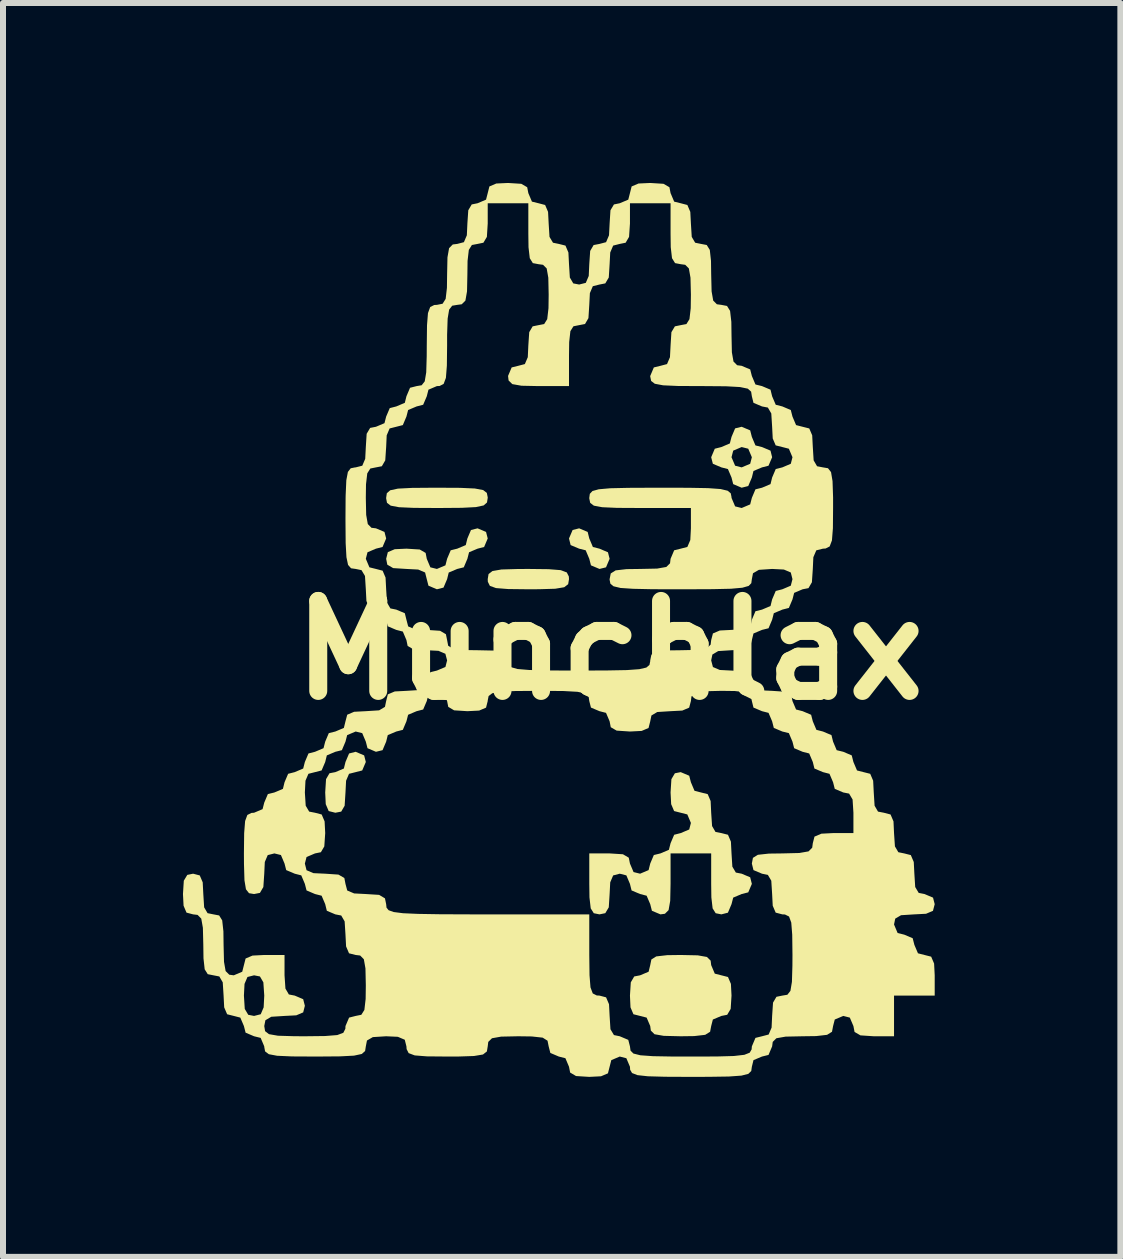
<source format=kicad_pcb>
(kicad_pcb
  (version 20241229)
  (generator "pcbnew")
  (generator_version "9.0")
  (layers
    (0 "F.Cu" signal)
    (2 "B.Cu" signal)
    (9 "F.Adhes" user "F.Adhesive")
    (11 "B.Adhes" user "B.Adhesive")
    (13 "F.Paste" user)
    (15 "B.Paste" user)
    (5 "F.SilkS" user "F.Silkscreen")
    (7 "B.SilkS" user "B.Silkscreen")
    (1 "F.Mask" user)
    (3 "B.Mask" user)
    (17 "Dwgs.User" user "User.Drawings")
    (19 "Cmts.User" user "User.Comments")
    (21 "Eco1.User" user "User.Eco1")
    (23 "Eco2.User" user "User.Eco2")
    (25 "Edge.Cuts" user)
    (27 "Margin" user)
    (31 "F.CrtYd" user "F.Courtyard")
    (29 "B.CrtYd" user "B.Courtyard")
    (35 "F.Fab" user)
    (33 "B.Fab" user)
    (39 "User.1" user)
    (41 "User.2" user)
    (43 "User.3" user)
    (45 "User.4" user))
  (footprint "Munchlax"
    (layer "F.Cu")
    (at 7.112 7.789)
    (property "Reference" "Munchlax" (at 0 0 0) (layer "F.SilkS") (effects (font (size 1.5 1.5) (thickness 0.3))))
    (attr board_only exclude_from_pos_files exclude_from_bom)
    (fp_poly (pts (xy -0.366 -1.972) (xy -0.339 -1.863) (xy -0.279 -1.721) (xy -0.169 -1.693) (xy -0.028 -1.633) (xy 0 -1.524) (xy -0.06 -1.382) (xy -0.169 -1.355) (xy -0.311 -1.415) (xy -0.339 -1.524) (xy -0.399 -1.666) (xy -0.508 -1.693) (xy -0.65 -1.753) (xy -0.677 -1.863) (xy -0.617 -2.004) (xy -0.508 -2.032)) (stroke (width 0) (type solid)) (fill yes) (layer "F.SilkS"))
    (fp_poly (pts (xy -4.092 1.753) (xy -4.064 1.863) (xy -4.124 2.004) (xy -4.233 2.032) (xy -4.344 2.06) (xy -4.393 2.175) (xy -4.403 2.371) (xy -4.417 2.592) (xy -4.474 2.69) (xy -4.572 2.709) (xy -4.683 2.681) (xy -4.732 2.566) (xy -4.741 2.371) (xy -4.727 2.149) (xy -4.67 2.051) (xy -4.572 2.032) (xy -4.43 1.972) (xy -4.403 1.863) (xy -4.343 1.721) (xy -4.233 1.693)) (stroke (width 0) (type solid)) (fill yes) (layer "F.SilkS"))
    (fp_poly (pts (xy -1.017 -1.351) (xy -0.815 -1.335) (xy -0.714 -1.297) (xy -0.68 -1.23) (xy -0.677 -1.185) (xy -0.691 -1.101) (xy -0.757 -1.05) (xy -0.907 -1.025) (xy -1.176 -1.017) (xy -1.355 -1.016) (xy -1.692 -1.02) (xy -1.894 -1.036) (xy -1.996 -1.073) (xy -2.03 -1.141) (xy -2.032 -1.185) (xy -2.018 -1.27) (xy -1.953 -1.32) (xy -1.803 -1.346) (xy -1.533 -1.354) (xy -1.355 -1.355)) (stroke (width 0) (type solid)) (fill yes) (layer "F.SilkS"))
    (fp_poly (pts (xy -2.493 -2.707) (xy -2.247 -2.696) (xy -2.108 -2.67) (xy -2.047 -2.623) (xy -2.032 -2.549) (xy -2.032 -2.54) (xy -2.044 -2.463) (xy -2.099 -2.414) (xy -2.229 -2.386) (xy -2.463 -2.374) (xy -2.833 -2.371) (xy -2.879 -2.371) (xy -3.264 -2.373) (xy -3.511 -2.384) (xy -3.649 -2.41) (xy -3.711 -2.457) (xy -3.725 -2.531) (xy -3.725 -2.54) (xy -3.714 -2.617) (xy -3.658 -2.666) (xy -3.529 -2.694) (xy -3.294 -2.706) (xy -2.924 -2.709) (xy -2.879 -2.709)) (stroke (width 0) (type solid)) (fill yes) (layer "F.SilkS"))
    (fp_poly (pts (xy 2.343 -3.665) (xy 2.371 -3.556) (xy 2.431 -3.414) (xy 2.54 -3.387) (xy 2.682 -3.327) (xy 2.709 -3.217) (xy 2.649 -3.076) (xy 2.54 -3.048) (xy 2.398 -2.988) (xy 2.371 -2.879) (xy 2.311 -2.737) (xy 2.201 -2.709) (xy 2.06 -2.769) (xy 2.032 -2.879) (xy 1.972 -3.02) (xy 1.863 -3.048) (xy 1.721 -3.108) (xy 1.693 -3.217) (xy 2.032 -3.217) (xy 2.092 -3.076) (xy 2.201 -3.048) (xy 2.343 -3.108) (xy 2.371 -3.217) (xy 2.311 -3.359) (xy 2.201 -3.387) (xy 2.06 -3.327) (xy 2.032 -3.217) (xy 1.693 -3.217) (xy 1.753 -3.359) (xy 1.863 -3.387) (xy 2.004 -3.447) (xy 2.032 -3.556) (xy 2.092 -3.698) (xy 2.201 -3.725)) (stroke (width 0) (type solid)) (fill yes) (layer "F.SilkS"))
    (fp_poly (pts (xy -2.06 -1.972) (xy -2.032 -1.863) (xy -2.092 -1.721) (xy -2.201 -1.693) (xy -2.343 -1.633) (xy -2.371 -1.524) (xy -2.431 -1.382) (xy -2.54 -1.355) (xy -2.682 -1.295) (xy -2.709 -1.185) (xy -2.769 -1.044) (xy -2.879 -1.016) (xy -3.02 -1.076) (xy -3.048 -1.185) (xy -3.076 -1.296) (xy -3.191 -1.345) (xy -3.387 -1.355) (xy -3.608 -1.369) (xy -3.706 -1.426) (xy -3.725 -1.524) (xy -3.697 -1.635) (xy -3.582 -1.684) (xy -3.387 -1.693) (xy -3.165 -1.679) (xy -3.067 -1.622) (xy -3.048 -1.524) (xy -2.988 -1.382) (xy -2.879 -1.355) (xy -2.737 -1.415) (xy -2.709 -1.524) (xy -2.649 -1.666) (xy -2.54 -1.693) (xy -2.398 -1.753) (xy -2.371 -1.863) (xy -2.311 -2.004) (xy -2.201 -2.032)) (stroke (width 0) (type solid)) (fill yes) (layer "F.SilkS"))
    (fp_poly (pts (xy 1.469 5.086) (xy 1.622 5.113) (xy 1.684 5.174) (xy 1.693 5.249) (xy 1.753 5.391) (xy 1.863 5.419) (xy 1.973 5.447) (xy 2.022 5.562) (xy 2.032 5.757) (xy 2.018 5.979) (xy 1.96 6.077) (xy 1.863 6.096) (xy 1.721 6.156) (xy 1.693 6.265) (xy 1.675 6.36) (xy 1.593 6.411) (xy 1.41 6.432) (xy 1.185 6.435) (xy 0.902 6.428) (xy 0.748 6.401) (xy 0.687 6.34) (xy 0.677 6.265) (xy 0.617 6.124) (xy 0.508 6.096) (xy 0.397 6.068) (xy 0.348 5.953) (xy 0.339 5.757) (xy 0.353 5.536) (xy 0.41 5.438) (xy 0.508 5.419) (xy 0.65 5.359) (xy 0.677 5.249) (xy 0.696 5.155) (xy 0.777 5.104) (xy 0.96 5.083) (xy 1.185 5.08)) (stroke (width 0) (type solid)) (fill yes) (layer "F.SilkS"))
    (fp_poly (pts (xy 1.327 2.092) (xy 1.355 2.201) (xy 1.415 2.343) (xy 1.524 2.371) (xy 1.635 2.399) (xy 1.684 2.514) (xy 1.693 2.709) (xy 1.708 2.931) (xy 1.765 3.029) (xy 1.863 3.048) (xy 1.973 3.076) (xy 2.022 3.191) (xy 2.032 3.387) (xy 2.046 3.608) (xy 2.104 3.706) (xy 2.201 3.725) (xy 2.343 3.785) (xy 2.371 3.895) (xy 2.311 4.036) (xy 2.201 4.064) (xy 2.06 4.124) (xy 2.032 4.233) (xy 1.972 4.375) (xy 1.863 4.403) (xy 1.768 4.384) (xy 1.717 4.303) (xy 1.696 4.12) (xy 1.693 3.895) (xy 1.693 3.387) (xy 1.355 3.387) (xy 1.016 3.387) (xy 1.016 3.895) (xy 1.01 4.178) (xy 0.983 4.332) (xy 0.922 4.393) (xy 0.847 4.403) (xy 0.705 4.343) (xy 0.677 4.233) (xy 0.617 4.092) (xy 0.508 4.064) (xy 0.366 4.004) (xy 0.339 3.895) (xy 0.279 3.753) (xy 0.169 3.725) (xy 0.059 3.754) (xy 0.01 3.869) (xy 0 4.064) (xy -0.014 4.286) (xy -0.072 4.383) (xy -0.169 4.403) (xy -0.264 4.384) (xy -0.315 4.303) (xy -0.336 4.12) (xy -0.339 3.895) (xy -0.339 3.387) (xy 0 3.387) (xy 0.222 3.401) (xy 0.319 3.458) (xy 0.339 3.556) (xy 0.399 3.698) (xy 0.508 3.725) (xy 0.65 3.665) (xy 0.677 3.556) (xy 0.737 3.414) (xy 0.847 3.387) (xy 0.988 3.327) (xy 1.016 3.217) (xy 1.076 3.076) (xy 1.185 3.048) (xy 1.327 2.988) (xy 1.355 2.879) (xy 1.295 2.737) (xy 1.185 2.709) (xy 1.075 2.681) (xy 1.026 2.566) (xy 1.016 2.371) (xy 1.03 2.149) (xy 1.088 2.051) (xy 1.185 2.032)) (stroke (width 0) (type solid)) (fill yes) (layer "F.SilkS"))
    (fp_poly (pts (xy 0.899 -7.775) (xy 0.997 -7.718) (xy 1.016 -7.62) (xy 1.076 -7.478) (xy 1.185 -7.451) (xy 1.296 -7.422) (xy 1.345 -7.307) (xy 1.355 -7.112) (xy 1.369 -6.89) (xy 1.426 -6.793) (xy 1.524 -6.773) (xy 1.619 -6.755) (xy 1.67 -6.673) (xy 1.69 -6.49) (xy 1.693 -6.265) (xy 1.7 -5.982) (xy 1.727 -5.828) (xy 1.788 -5.767) (xy 1.863 -5.757) (xy 1.957 -5.739) (xy 2.008 -5.657) (xy 2.029 -5.474) (xy 2.032 -5.249) (xy 2.038 -4.966) (xy 2.065 -4.812) (xy 2.126 -4.751) (xy 2.201 -4.741) (xy 2.343 -4.681) (xy 2.371 -4.572) (xy 2.431 -4.43) (xy 2.54 -4.403) (xy 2.682 -4.343) (xy 2.709 -4.233) (xy 2.769 -4.092) (xy 2.879 -4.064) (xy 3.02 -4.004) (xy 3.048 -3.895) (xy 3.108 -3.753) (xy 3.217 -3.725) (xy 3.328 -3.697) (xy 3.377 -3.582) (xy 3.387 -3.387) (xy 3.401 -3.165) (xy 3.458 -3.067) (xy 3.556 -3.048) (xy 3.64 -3.034) (xy 3.691 -2.969) (xy 3.716 -2.819) (xy 3.725 -2.549) (xy 3.725 -2.371) (xy 3.722 -2.033) (xy 3.706 -1.831) (xy 3.668 -1.73) (xy 3.601 -1.696) (xy 3.556 -1.693) (xy 3.445 -1.665) (xy 3.396 -1.55) (xy 3.387 -1.355) (xy 3.372 -1.133) (xy 3.315 -1.035) (xy 3.217 -1.016) (xy 3.076 -0.956) (xy 3.048 -0.847) (xy 2.988 -0.705) (xy 2.879 -0.677) (xy 2.737 -0.617) (xy 2.709 -0.508) (xy 2.649 -0.366) (xy 2.54 -0.339) (xy 2.398 -0.279) (xy 2.371 -0.169) (xy 2.342 -0.059) (xy 2.227 -0.01) (xy 2.032 0) (xy 1.81 0.014) (xy 1.713 0.072) (xy 1.693 0.169) (xy 1.722 0.28) (xy 1.837 0.329) (xy 2.032 0.339) (xy 2.254 0.353) (xy 2.351 0.41) (xy 2.371 0.508) (xy 2.399 0.619) (xy 2.514 0.668) (xy 2.709 0.677) (xy 2.931 0.692) (xy 3.029 0.749) (xy 3.048 0.847) (xy 3.108 0.988) (xy 3.217 1.016) (xy 3.359 1.076) (xy 3.387 1.185) (xy 3.447 1.327) (xy 3.556 1.355) (xy 3.698 1.415) (xy 3.725 1.524) (xy 3.785 1.666) (xy 3.895 1.693) (xy 4.036 1.753) (xy 4.064 1.863) (xy 4.124 2.004) (xy 4.233 2.032) (xy 4.344 2.06) (xy 4.393 2.175) (xy 4.403 2.371) (xy 4.417 2.592) (xy 4.474 2.69) (xy 4.572 2.709) (xy 4.683 2.738) (xy 4.732 2.853) (xy 4.741 3.048) (xy 4.756 3.27) (xy 4.813 3.367) (xy 4.911 3.387) (xy 5.021 3.415) (xy 5.07 3.53) (xy 5.08 3.725) (xy 5.094 3.947) (xy 5.152 4.045) (xy 5.249 4.064) (xy 5.391 4.124) (xy 5.419 4.233) (xy 5.39 4.344) (xy 5.275 4.393) (xy 5.08 4.403) (xy 4.858 4.417) (xy 4.761 4.474) (xy 4.741 4.572) (xy 4.801 4.714) (xy 4.911 4.741) (xy 5.052 4.801) (xy 5.08 4.911) (xy 5.14 5.052) (xy 5.249 5.08) (xy 5.36 5.108) (xy 5.409 5.223) (xy 5.419 5.419) (xy 5.419 5.757) (xy 5.08 5.757) (xy 4.741 5.757) (xy 4.741 6.096) (xy 4.741 6.435) (xy 4.403 6.435) (xy 4.181 6.42) (xy 4.083 6.363) (xy 4.064 6.265) (xy 4.004 6.124) (xy 3.895 6.096) (xy 3.753 6.156) (xy 3.725 6.265) (xy 3.707 6.36) (xy 3.625 6.411) (xy 3.442 6.432) (xy 3.217 6.435) (xy 2.934 6.441) (xy 2.78 6.468) (xy 2.719 6.529) (xy 2.709 6.604) (xy 2.649 6.746) (xy 2.54 6.773) (xy 2.398 6.833) (xy 2.371 6.943) (xy 2.361 7.014) (xy 2.312 7.062) (xy 2.197 7.091) (xy 1.987 7.106) (xy 1.654 7.111) (xy 1.355 7.112) (xy 0.926 7.11) (xy 0.638 7.102) (xy 0.464 7.083) (xy 0.374 7.048) (xy 0.342 6.993) (xy 0.339 6.943) (xy 0.279 6.801) (xy 0.169 6.773) (xy 0.028 6.833) (xy 0 6.943) (xy -0.028 7.053) (xy -0.143 7.102) (xy -0.339 7.112) (xy -0.56 7.098) (xy -0.658 7.04) (xy -0.677 6.943) (xy -0.737 6.801) (xy -0.847 6.773) (xy -0.988 6.713) (xy -1.016 6.604) (xy -1.035 6.509) (xy -1.116 6.458) (xy -1.299 6.438) (xy -1.524 6.435) (xy -1.808 6.441) (xy -1.961 6.468) (xy -2.023 6.529) (xy -2.032 6.604) (xy -2.046 6.688) (xy -2.111 6.739) (xy -2.261 6.764) (xy -2.531 6.773) (xy -2.709 6.773) (xy -3.047 6.77) (xy -3.249 6.754) (xy -3.35 6.716) (xy -3.384 6.649) (xy -3.387 6.604) (xy -3.415 6.493) (xy -3.53 6.444) (xy -3.725 6.435) (xy -3.947 6.449) (xy -4.045 6.506) (xy -4.064 6.604) (xy -4.076 6.681) (xy -4.131 6.73) (xy -4.261 6.758) (xy -4.495 6.77) (xy -4.865 6.773) (xy -4.911 6.773) (xy -5.296 6.771) (xy -5.543 6.76) (xy -5.681 6.734) (xy -5.743 6.687) (xy -5.757 6.613) (xy -5.757 6.604) (xy -5.817 6.462) (xy -5.927 6.435) (xy -6.068 6.375) (xy -6.096 6.265) (xy -6.156 6.124) (xy -6.265 6.096) (xy -6.376 6.068) (xy -6.425 5.953) (xy -6.435 5.757) (xy -6.096 5.757) (xy -6.082 5.979) (xy -6.024 6.077) (xy -5.927 6.096) (xy -5.816 6.068) (xy -5.767 5.953) (xy -5.757 5.757) (xy -5.772 5.536) (xy -5.829 5.438) (xy -5.927 5.419) (xy -6.037 5.447) (xy -6.086 5.562) (xy -6.096 5.757) (xy -6.435 5.757) (xy -6.449 5.536) (xy -6.506 5.438) (xy -6.604 5.419) (xy -6.699 5.4) (xy -6.75 5.319) (xy -6.77 5.136) (xy -6.773 4.911) (xy -6.78 4.627) (xy -6.807 4.474) (xy -6.868 4.412) (xy -6.943 4.403) (xy -7.053 4.374) (xy -7.102 4.259) (xy -7.112 4.064) (xy -7.098 3.842) (xy -7.04 3.745) (xy -6.943 3.725) (xy -6.832 3.754) (xy -6.783 3.869) (xy -6.773 4.064) (xy -6.759 4.286) (xy -6.702 4.383) (xy -6.604 4.403) (xy -6.509 4.421) (xy -6.458 4.503) (xy -6.438 4.686) (xy -6.435 4.911) (xy -6.428 5.194) (xy -6.401 5.348) (xy -6.34 5.409) (xy -6.265 5.419) (xy -6.124 5.359) (xy -6.096 5.249) (xy -6.068 5.139) (xy -5.953 5.09) (xy -5.757 5.08) (xy -5.419 5.08) (xy -5.419 5.419) (xy -5.404 5.64) (xy -5.347 5.738) (xy -5.249 5.757) (xy -5.108 5.817) (xy -5.08 5.927) (xy -5.108 6.037) (xy -5.223 6.086) (xy -5.419 6.096) (xy -5.64 6.11) (xy -5.738 6.168) (xy -5.757 6.265) (xy -5.743 6.35) (xy -5.678 6.4) (xy -5.528 6.426) (xy -5.259 6.434) (xy -5.08 6.435) (xy -4.743 6.431) (xy -4.54 6.415) (xy -4.439 6.377) (xy -4.405 6.31) (xy -4.403 6.265) (xy -4.343 6.124) (xy -4.233 6.096) (xy -4.139 6.077) (xy -4.088 5.996) (xy -4.067 5.813) (xy -4.064 5.588) (xy -4.07 5.304) (xy -4.097 5.151) (xy -4.158 5.089) (xy -4.233 5.08) (xy -4.344 5.052) (xy -4.393 4.937) (xy -4.403 4.741) (xy -4.417 4.52) (xy -4.474 4.422) (xy -4.572 4.403) (xy -4.714 4.343) (xy -4.741 4.233) (xy -4.801 4.092) (xy -4.911 4.064) (xy -5.052 4.004) (xy -5.08 3.895) (xy -5.14 3.753) (xy -5.249 3.725) (xy -5.391 3.665) (xy -5.419 3.556) (xy -5.479 3.414) (xy -5.588 3.387) (xy -5.699 3.415) (xy -5.748 3.53) (xy -5.757 3.725) (xy -5.772 3.947) (xy -5.829 4.045) (xy -5.927 4.064) (xy -6.011 4.05) (xy -6.062 3.985) (xy -6.087 3.835) (xy -6.095 3.565) (xy -6.096 3.387) (xy -6.092 3.049) (xy -6.076 2.847) (xy -6.039 2.746) (xy -5.971 2.712) (xy -5.927 2.709) (xy -5.785 2.649) (xy -5.757 2.54) (xy -5.697 2.398) (xy -5.588 2.371) (xy -5.08 2.371) (xy -5.066 2.592) (xy -5.008 2.69) (xy -4.911 2.709) (xy -4.8 2.738) (xy -4.751 2.853) (xy -4.741 3.048) (xy -4.756 3.27) (xy -4.813 3.367) (xy -4.911 3.387) (xy -5.052 3.447) (xy -5.08 3.556) (xy -5.052 3.667) (xy -4.937 3.716) (xy -4.741 3.725) (xy -4.52 3.74) (xy -4.422 3.797) (xy -4.403 3.895) (xy -4.374 4.005) (xy -4.259 4.054) (xy -4.064 4.064) (xy -3.842 4.078) (xy -3.745 4.136) (xy -3.725 4.233) (xy -3.719 4.291) (xy -3.684 4.334) (xy -3.6 4.364) (xy -3.444 4.384) (xy -3.195 4.395) (xy -2.831 4.401) (xy -2.33 4.403) (xy -2.032 4.403) (xy -0.339 4.403) (xy -0.339 5.08) (xy -0.335 5.417) (xy -0.319 5.62) (xy -0.281 5.721) (xy -0.214 5.755) (xy -0.169 5.757) (xy -0.059 5.786) (xy -0.01 5.901) (xy 0 6.096) (xy 0.014 6.318) (xy 0.072 6.415) (xy 0.169 6.435) (xy 0.311 6.495) (xy 0.339 6.604) (xy 0.349 6.675) (xy 0.397 6.723) (xy 0.513 6.752) (xy 0.723 6.767) (xy 1.056 6.773) (xy 1.355 6.773) (xy 1.784 6.772) (xy 2.071 6.764) (xy 2.246 6.744) (xy 2.335 6.709) (xy 2.367 6.654) (xy 2.371 6.604) (xy 2.431 6.462) (xy 2.54 6.435) (xy 2.651 6.406) (xy 2.7 6.291) (xy 2.709 6.096) (xy 2.724 5.874) (xy 2.781 5.777) (xy 2.879 5.757) (xy 2.963 5.743) (xy 3.014 5.678) (xy 3.039 5.528) (xy 3.047 5.259) (xy 3.048 5.08) (xy 3.044 4.743) (xy 3.028 4.54) (xy 2.991 4.439) (xy 2.923 4.405) (xy 2.879 4.403) (xy 2.768 4.374) (xy 2.719 4.259) (xy 2.709 4.064) (xy 2.695 3.842) (xy 2.638 3.745) (xy 2.54 3.725) (xy 2.398 3.665) (xy 2.371 3.556) (xy 2.389 3.461) (xy 2.471 3.41) (xy 2.654 3.39) (xy 2.879 3.387) (xy 3.162 3.38) (xy 3.316 3.353) (xy 3.377 3.292) (xy 3.387 3.217) (xy 3.415 3.107) (xy 3.53 3.058) (xy 3.725 3.048) (xy 4.064 3.048) (xy 4.064 2.709) (xy 4.05 2.488) (xy 3.992 2.39) (xy 3.895 2.371) (xy 3.753 2.311) (xy 3.725 2.201) (xy 3.665 2.06) (xy 3.556 2.032) (xy 3.414 1.972) (xy 3.387 1.863) (xy 3.327 1.721) (xy 3.217 1.693) (xy 3.076 1.633) (xy 3.048 1.524) (xy 2.988 1.382) (xy 2.879 1.355) (xy 2.737 1.295) (xy 2.709 1.185) (xy 2.649 1.044) (xy 2.54 1.016) (xy 2.398 0.956) (xy 2.371 0.847) (xy 2.352 0.752) (xy 2.271 0.701) (xy 2.088 0.68) (xy 1.863 0.677) (xy 1.579 0.684) (xy 1.426 0.711) (xy 1.364 0.772) (xy 1.355 0.847) (xy 1.326 0.957) (xy 1.211 1.006) (xy 1.016 1.016) (xy 0.794 1.03) (xy 0.697 1.088) (xy 0.677 1.185) (xy 0.649 1.296) (xy 0.534 1.345) (xy 0.339 1.355) (xy 0.117 1.34) (xy 0.019 1.283) (xy 0 1.185) (xy -0.06 1.044) (xy -0.169 1.016) (xy -0.311 0.956) (xy -0.339 0.847) (xy -0.35 0.77) (xy -0.406 0.72) (xy -0.535 0.693) (xy -0.77 0.68) (xy -1.14 0.677) (xy -1.185 0.677) (xy -1.571 0.68) (xy -1.817 0.691) (xy -1.956 0.717) (xy -2.017 0.764) (xy -2.032 0.838) (xy -2.032 0.847) (xy -2.06 0.957) (xy -2.175 1.006) (xy -2.371 1.016) (xy -2.592 1.002) (xy -2.69 0.944) (xy -2.709 0.847) (xy -2.769 0.705) (xy -2.879 0.677) (xy -3.02 0.737) (xy -3.048 0.847) (xy -3.108 0.988) (xy -3.217 1.016) (xy -3.359 1.076) (xy -3.387 1.185) (xy -3.447 1.327) (xy -3.556 1.355) (xy -3.698 1.415) (xy -3.725 1.524) (xy -3.785 1.666) (xy -3.895 1.693) (xy -4.036 1.633) (xy -4.064 1.524) (xy -4.124 1.382) (xy -4.233 1.355) (xy -4.375 1.415) (xy -4.403 1.524) (xy -4.463 1.666) (xy -4.572 1.693) (xy -4.714 1.753) (xy -4.741 1.863) (xy -4.801 2.004) (xy -4.911 2.032) (xy -5.021 2.06) (xy -5.07 2.175) (xy -5.08 2.371) (xy -5.588 2.371) (xy -5.446 2.311) (xy -5.419 2.201) (xy -5.359 2.06) (xy -5.249 2.032) (xy -5.108 1.972) (xy -5.08 1.863) (xy -5.02 1.721) (xy -4.911 1.693) (xy -4.769 1.633) (xy -4.741 1.524) (xy -4.681 1.382) (xy -4.572 1.355) (xy -4.43 1.295) (xy -4.403 1.185) (xy -4.374 1.075) (xy -4.259 1.026) (xy -4.064 1.016) (xy -3.842 1.002) (xy -3.745 0.944) (xy -3.725 0.847) (xy -3.697 0.736) (xy -3.582 0.687) (xy -3.387 0.677) (xy -3.165 0.663) (xy -3.067 0.606) (xy -3.048 0.508) (xy -2.988 0.366) (xy -2.879 0.339) (xy -2.737 0.279) (xy -2.709 0.169) (xy -2.738 0.059) (xy -2.853 0.01) (xy -3.048 0) (xy -3.27 -0.014) (xy -3.367 -0.072) (xy -3.387 -0.169) (xy -3.447 -0.311) (xy -3.556 -0.339) (xy -3.698 -0.399) (xy -3.725 -0.508) (xy -3.785 -0.65) (xy -3.895 -0.677) (xy -4.005 -0.706) (xy -4.054 -0.821) (xy -4.064 -1.016) (xy -4.078 -1.238) (xy -4.136 -1.335) (xy -4.233 -1.355) (xy -4.31 -1.366) (xy -4.36 -1.422) (xy -4.387 -1.551) (xy -4.4 -1.786) (xy -4.403 -2.156) (xy -4.403 -2.201) (xy -4.401 -2.54) (xy -4.064 -2.54) (xy -4.058 -2.256) (xy -4.031 -2.103) (xy -3.97 -2.041) (xy -3.895 -2.032) (xy -3.753 -1.972) (xy -3.725 -1.863) (xy -3.785 -1.721) (xy -3.895 -1.693) (xy -4.036 -1.633) (xy -4.064 -1.524) (xy -4.004 -1.382) (xy -3.895 -1.355) (xy -3.784 -1.326) (xy -3.735 -1.211) (xy -3.725 -1.016) (xy -3.711 -0.794) (xy -3.654 -0.697) (xy -3.556 -0.677) (xy -3.414 -0.617) (xy -3.387 -0.508) (xy -3.358 -0.397) (xy -3.243 -0.348) (xy -3.048 -0.339) (xy -2.826 -0.324) (xy -2.729 -0.267) (xy -2.709 -0.169) (xy -2.691 -0.075) (xy -2.609 -0.024) (xy -2.426 -0.003) (xy -2.201 0) (xy -1.918 0.006) (xy -1.764 0.033) (xy -1.703 0.094) (xy -1.693 0.169) (xy -1.685 0.236) (xy -1.641 0.283) (xy -1.536 0.313) (xy -1.344 0.329) (xy -1.04 0.337) (xy -0.596 0.339) (xy -0.508 0.339) (xy -0.039 0.337) (xy 0.287 0.331) (xy 0.495 0.316) (xy 0.612 0.289) (xy 0.664 0.245) (xy 0.677 0.182) (xy 0.677 0.169) (xy 0.696 0.075) (xy 0.777 0.024) (xy 0.96 0.003) (xy 1.185 0) (xy 1.469 -0.006) (xy 1.622 -0.033) (xy 1.684 -0.094) (xy 1.693 -0.169) (xy 1.722 -0.28) (xy 1.837 -0.329) (xy 2.032 -0.339) (xy 2.254 -0.353) (xy 2.351 -0.41) (xy 2.371 -0.508) (xy 2.431 -0.65) (xy 2.54 -0.677) (xy 2.682 -0.737) (xy 2.709 -0.847) (xy 2.769 -0.988) (xy 2.879 -1.016) (xy 3.02 -1.076) (xy 3.048 -1.185) (xy 3.02 -1.296) (xy 2.905 -1.345) (xy 2.709 -1.355) (xy 2.488 -1.34) (xy 2.39 -1.283) (xy 2.371 -1.185) (xy 2.362 -1.118) (xy 2.318 -1.072) (xy 2.213 -1.042) (xy 2.022 -1.025) (xy 1.717 -1.018) (xy 1.273 -1.016) (xy 1.185 -1.016) (xy 0.716 -1.017) (xy 0.391 -1.024) (xy 0.182 -1.038) (xy 0.065 -1.066) (xy 0.013 -1.109) (xy 0.00014 -1.173) (xy 0 -1.185) (xy 0.019 -1.28) (xy 0.1 -1.331) (xy 0.283 -1.352) (xy 0.508 -1.355) (xy 0.792 -1.361) (xy 0.945 -1.388) (xy 1.007 -1.449) (xy 1.016 -1.524) (xy 1.076 -1.666) (xy 1.185 -1.693) (xy 1.296 -1.722) (xy 1.345 -1.837) (xy 1.355 -2.032) (xy 1.355 -2.371) (xy 0.508 -2.371) (xy 0.123 -2.373) (xy -0.124 -2.384) (xy -0.263 -2.41) (xy -0.324 -2.457) (xy -0.339 -2.531) (xy -0.339 -2.54) (xy -0.33 -2.607) (xy -0.286 -2.654) (xy -0.181 -2.683) (xy 0.01 -2.7) (xy 0.315 -2.707) (xy 0.759 -2.709) (xy 0.847 -2.709) (xy 1.316 -2.708) (xy 1.641 -2.702) (xy 1.85 -2.687) (xy 1.967 -2.659) (xy 2.019 -2.616) (xy 2.032 -2.553) (xy 2.032 -2.54) (xy 2.092 -2.398) (xy 2.201 -2.371) (xy 2.343 -2.431) (xy 2.371 -2.54) (xy 2.431 -2.682) (xy 2.54 -2.709) (xy 2.682 -2.769) (xy 2.709 -2.879) (xy 2.769 -3.02) (xy 2.879 -3.048) (xy 3.02 -3.108) (xy 3.048 -3.217) (xy 2.988 -3.359) (xy 2.879 -3.387) (xy 2.768 -3.415) (xy 2.719 -3.53) (xy 2.709 -3.725) (xy 2.695 -3.947) (xy 2.638 -4.045) (xy 2.54 -4.064) (xy 2.398 -4.124) (xy 2.371 -4.233) (xy 2.359 -4.31) (xy 2.304 -4.36) (xy 2.174 -4.387) (xy 1.94 -4.4) (xy 1.569 -4.403) (xy 1.524 -4.403) (xy 1.139 -4.405) (xy 0.892 -4.416) (xy 0.753 -4.442) (xy 0.692 -4.489) (xy 0.677 -4.563) (xy 0.677 -4.572) (xy 0.737 -4.714) (xy 0.847 -4.741) (xy 0.957 -4.77) (xy 1.006 -4.885) (xy 1.016 -5.08) (xy 1.03 -5.302) (xy 1.088 -5.399) (xy 1.185 -5.419) (xy 1.28 -5.437) (xy 1.331 -5.519) (xy 1.352 -5.702) (xy 1.355 -5.927) (xy 1.348 -6.21) (xy 1.321 -6.364) (xy 1.26 -6.425) (xy 1.185 -6.435) (xy 1.091 -6.453) (xy 1.04 -6.535) (xy 1.019 -6.718) (xy 1.016 -6.943) (xy 1.016 -7.451) (xy 0.677 -7.451) (xy 0.339 -7.451) (xy 0.339 -7.112) (xy 0.324 -6.89) (xy 0.267 -6.793) (xy 0.169 -6.773) (xy 0.059 -6.745) (xy 0.01 -6.63) (xy 0 -6.435) (xy -0.014 -6.213) (xy -0.072 -6.115) (xy -0.169 -6.096) (xy -0.28 -6.068) (xy -0.329 -5.953) (xy -0.339 -5.757) (xy -0.353 -5.536) (xy -0.41 -5.438) (xy -0.508 -5.419) (xy -0.603 -5.4) (xy -0.654 -5.319) (xy -0.674 -5.136) (xy -0.677 -4.911) (xy -0.677 -4.403) (xy -1.185 -4.403) (xy -1.469 -4.409) (xy -1.622 -4.436) (xy -1.684 -4.497) (xy -1.693 -4.572) (xy -1.633 -4.714) (xy -1.524 -4.741) (xy -1.413 -4.77) (xy -1.364 -4.885) (xy -1.355 -5.08) (xy -1.34 -5.302) (xy -1.283 -5.399) (xy -1.185 -5.419) (xy -1.091 -5.437) (xy -1.04 -5.519) (xy -1.019 -5.702) (xy -1.016 -5.927) (xy -1.022 -6.21) (xy -1.049 -6.364) (xy -1.11 -6.425) (xy -1.185 -6.435) (xy -1.28 -6.453) (xy -1.331 -6.535) (xy -1.352 -6.718) (xy -1.355 -6.943) (xy -1.355 -7.451) (xy -1.693 -7.451) (xy -2.032 -7.451) (xy -2.032 -7.112) (xy -2.046 -6.89) (xy -2.104 -6.793) (xy -2.201 -6.773) (xy -2.296 -6.755) (xy -2.347 -6.673) (xy -2.368 -6.49) (xy -2.371 -6.265) (xy -2.377 -5.982) (xy -2.404 -5.828) (xy -2.465 -5.767) (xy -2.54 -5.757) (xy -2.624 -5.743) (xy -2.675 -5.678) (xy -2.7 -5.528) (xy -2.709 -5.259) (xy -2.709 -5.08) (xy -2.713 -4.743) (xy -2.729 -4.54) (xy -2.767 -4.439) (xy -2.834 -4.405) (xy -2.879 -4.403) (xy -3.02 -4.343) (xy -3.048 -4.233) (xy -3.108 -4.092) (xy -3.217 -4.064) (xy -3.359 -4.004) (xy -3.387 -3.895) (xy -3.447 -3.753) (xy -3.556 -3.725) (xy -3.667 -3.697) (xy -3.716 -3.582) (xy -3.725 -3.387) (xy -3.74 -3.165) (xy -3.797 -3.067) (xy -3.895 -3.048) (xy -3.989 -3.029) (xy -4.04 -2.948) (xy -4.061 -2.765) (xy -4.064 -2.54) (xy -4.401 -2.54) (xy -4.4 -2.587) (xy -4.389 -2.833) (xy -4.363 -2.972) (xy -4.316 -3.033) (xy -4.242 -3.048) (xy -4.233 -3.048) (xy -4.123 -3.076) (xy -4.074 -3.191) (xy -4.064 -3.387) (xy -4.05 -3.608) (xy -3.992 -3.706) (xy -3.895 -3.725) (xy -3.753 -3.785) (xy -3.725 -3.895) (xy -3.665 -4.036) (xy -3.556 -4.064) (xy -3.414 -4.124) (xy -3.387 -4.233) (xy -3.327 -4.375) (xy -3.217 -4.403) (xy -3.133 -4.417) (xy -3.082 -4.482) (xy -3.057 -4.632) (xy -3.049 -4.901) (xy -3.048 -5.08) (xy -3.044 -5.417) (xy -3.028 -5.62) (xy -2.991 -5.721) (xy -2.923 -5.755) (xy -2.879 -5.757) (xy -2.784 -5.776) (xy -2.733 -5.857) (xy -2.712 -6.04) (xy -2.709 -6.265) (xy -2.703 -6.549) (xy -2.676 -6.702) (xy -2.615 -6.764) (xy -2.54 -6.773) (xy -2.429 -6.802) (xy -2.38 -6.917) (xy -2.371 -7.112) (xy -2.356 -7.334) (xy -2.299 -7.431) (xy -2.201 -7.451) (xy -2.06 -7.511) (xy -2.032 -7.62) (xy -2.004 -7.731) (xy -1.889 -7.78) (xy -1.693 -7.789) (xy -1.472 -7.775) (xy -1.374 -7.718) (xy -1.355 -7.62) (xy -1.295 -7.478) (xy -1.185 -7.451) (xy -1.075 -7.422) (xy -1.026 -7.307) (xy -1.016 -7.112) (xy -1.002 -6.89) (xy -0.944 -6.793) (xy -0.847 -6.773) (xy -0.736 -6.745) (xy -0.687 -6.63) (xy -0.677 -6.435) (xy -0.663 -6.213) (xy -0.606 -6.115) (xy -0.508 -6.096) (xy -0.397 -6.124) (xy -0.348 -6.239) (xy -0.339 -6.435) (xy -0.324 -6.656) (xy -0.267 -6.754) (xy -0.169 -6.773) (xy -0.059 -6.802) (xy -0.01 -6.917) (xy 0 -7.112) (xy 0.014 -7.334) (xy 0.072 -7.431) (xy 0.169 -7.451) (xy 0.311 -7.511) (xy 0.339 -7.62) (xy 0.367 -7.731) (xy 0.482 -7.78) (xy 0.677 -7.789)) (stroke (width 0) (type solid)) (fill yes) (layer "F.SilkS")))
  (gr_rect
    (start -3 -3)
    (end 15.626 17.901)
    (stroke (width 0.1) (type default))
    (fill no)
    (layer "Edge.Cuts")))
</source>
